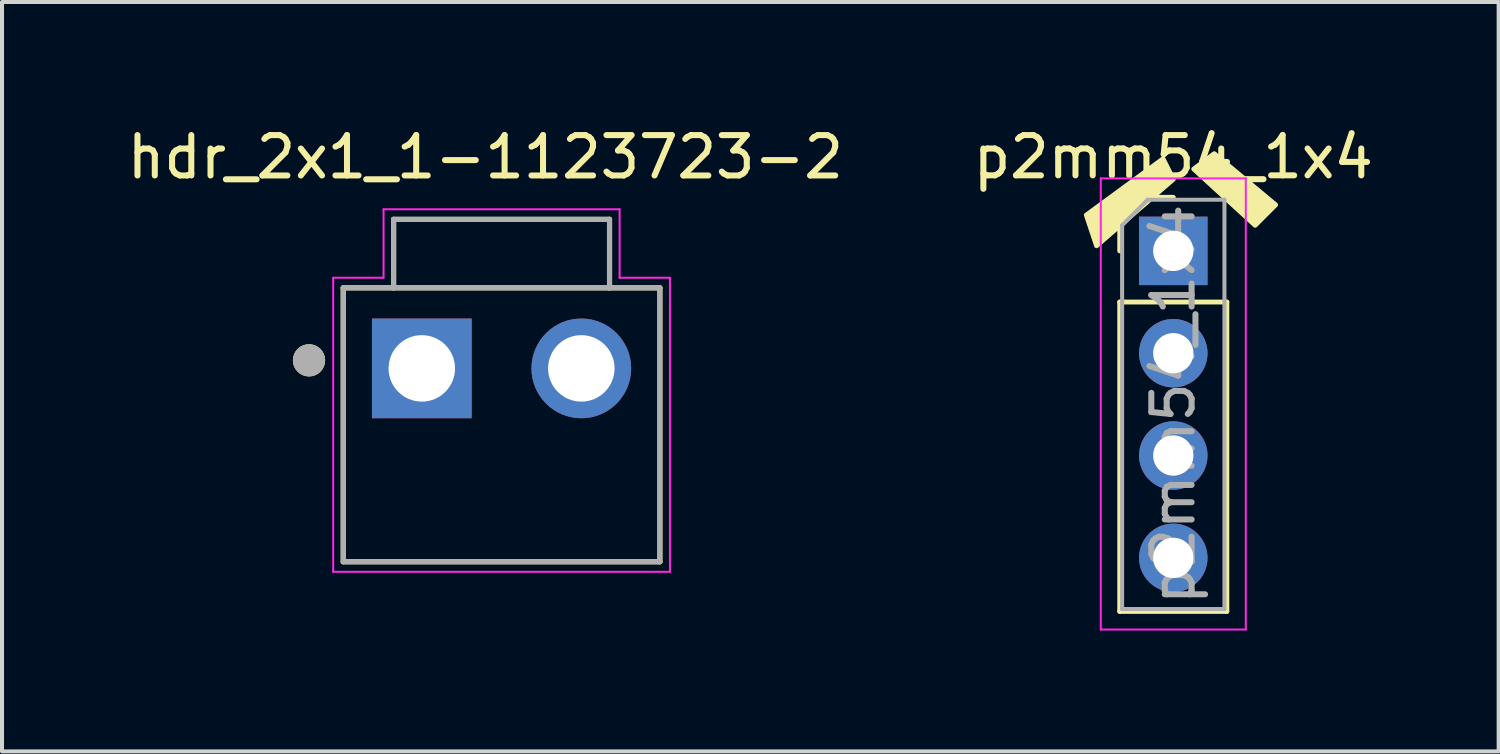
<source format=kicad_pcb>
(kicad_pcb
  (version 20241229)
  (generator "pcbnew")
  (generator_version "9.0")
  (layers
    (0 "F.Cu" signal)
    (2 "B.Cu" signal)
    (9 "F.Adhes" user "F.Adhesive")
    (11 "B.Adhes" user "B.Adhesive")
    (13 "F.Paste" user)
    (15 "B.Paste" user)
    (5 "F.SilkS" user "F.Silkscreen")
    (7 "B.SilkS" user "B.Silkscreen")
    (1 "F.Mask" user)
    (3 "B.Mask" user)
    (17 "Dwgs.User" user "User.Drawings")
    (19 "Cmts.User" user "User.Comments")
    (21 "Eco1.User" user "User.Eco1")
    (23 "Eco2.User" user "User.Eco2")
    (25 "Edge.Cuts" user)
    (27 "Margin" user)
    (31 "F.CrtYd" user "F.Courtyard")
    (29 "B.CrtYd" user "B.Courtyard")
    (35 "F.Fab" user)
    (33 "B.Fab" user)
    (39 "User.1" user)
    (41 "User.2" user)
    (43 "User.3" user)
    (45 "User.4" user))
  (footprint "hdr_2x1_1-1123723-2"
    (layer "F.Cu")
    (at 7.421 6.095)
    (property "Reference" "hdr_2x1_1-1123723-2" (at 1.578 -5.245 0) (layer "F.SilkS") (effects (font (size 1.002 1.002) (thickness 0.15))))
    (attr through_hole)
    (fp_line (start -1.95 -2) (end -0.7 -2) (stroke (width 0.127) (type solid)) (layer "F.SilkS"))
    (fp_line (start -1.95 4.8) (end -1.95 -2) (stroke (width 0.127) (type solid)) (layer "F.SilkS"))
    (fp_line (start -0.7 -3.7) (end 4.66 -3.7) (stroke (width 0.127) (type solid)) (layer "F.SilkS"))
    (fp_line (start -0.7 -2) (end -0.7 -3.7) (stroke (width 0.127) (type solid)) (layer "F.SilkS"))
    (fp_line (start -0.7 -2) (end 4.66 -2) (stroke (width 0.127) (type solid)) (layer "F.SilkS"))
    (fp_line (start 4.66 -3.7) (end 4.66 -2) (stroke (width 0.127) (type solid)) (layer "F.SilkS"))
    (fp_line (start 4.66 -2) (end 5.91 -2) (stroke (width 0.127) (type solid)) (layer "F.SilkS"))
    (fp_line (start 5.91 -2) (end 5.91 4.8) (stroke (width 0.127) (type solid)) (layer "F.SilkS"))
    (fp_line (start 5.91 4.8) (end -1.95 4.8) (stroke (width 0.127) (type solid)) (layer "F.SilkS"))
    (fp_circle (center -2.8 -0.2) (end -2.6 -0.2) (stroke (width 0.4) (type solid)) (fill no) (layer "F.SilkS"))
    (fp_line (start -2.2 -2.25) (end -0.95 -2.25) (stroke (width 0.05) (type solid)) (layer "F.CrtYd"))
    (fp_line (start -2.2 5.05) (end -2.2 -2.25) (stroke (width 0.05) (type solid)) (layer "F.CrtYd"))
    (fp_line (start -0.95 -3.95) (end 4.91 -3.95) (stroke (width 0.05) (type solid)) (layer "F.CrtYd"))
    (fp_line (start -0.95 -2.25) (end -0.95 -3.95) (stroke (width 0.05) (type solid)) (layer "F.CrtYd"))
    (fp_line (start 4.91 -3.95) (end 4.91 -2.25) (stroke (width 0.05) (type solid)) (layer "F.CrtYd"))
    (fp_line (start 4.91 -2.25) (end 6.16 -2.25) (stroke (width 0.05) (type solid)) (layer "F.CrtYd"))
    (fp_line (start 6.16 -2.25) (end 6.16 5.05) (stroke (width 0.05) (type solid)) (layer "F.CrtYd"))
    (fp_line (start 6.16 5.05) (end -2.2 5.05) (stroke (width 0.05) (type solid)) (layer "F.CrtYd"))
    (fp_line (start -1.95 -2) (end -0.7 -2) (stroke (width 0.127) (type solid)) (layer "F.Fab"))
    (fp_line (start -1.95 4.8) (end -1.95 -2) (stroke (width 0.127) (type solid)) (layer "F.Fab"))
    (fp_line (start -0.7 -3.7) (end 4.66 -3.7) (stroke (width 0.127) (type solid)) (layer "F.Fab"))
    (fp_line (start -0.7 -2) (end -0.7 -3.7) (stroke (width 0.127) (type solid)) (layer "F.Fab"))
    (fp_line (start -0.7 -2) (end 4.66 -2) (stroke (width 0.127) (type solid)) (layer "F.Fab"))
    (fp_line (start 4.66 -3.7) (end 4.66 -2) (stroke (width 0.127) (type solid)) (layer "F.Fab"))
    (fp_line (start 4.66 -2) (end 5.91 -2) (stroke (width 0.127) (type solid)) (layer "F.Fab"))
    (fp_line (start 5.91 -2) (end 5.91 4.8) (stroke (width 0.127) (type solid)) (layer "F.Fab"))
    (fp_line (start 5.91 4.8) (end -1.95 4.8) (stroke (width 0.127) (type solid)) (layer "F.Fab"))
    (fp_circle (center -2.8 -0.2) (end -2.6 -0.2) (stroke (width 0.4) (type solid)) (fill no) (layer "F.Fab"))
    (pad "1" thru_hole rect (at 0 0) (size 2.475 2.475) (drill 1.65) (layers "*.Cu" "*.Mask"))
    (pad "2" thru_hole circle (at 3.96 0) (size 2.475 2.475) (drill 1.65) (layers "*.Cu" "*.Mask")))
  (footprint "p2mm54_1x4"
    (layer "F.Cu")
    (at 26.076 3.178)
    (property "Reference" "p2mm54_1x4" (at 0 -2.33 0) (layer "F.SilkS") (effects (font (size 1 1) (thickness 0.15))))
    (attr through_hole)
    (fp_line (start -1.33 -1.33) (end 0 -1.33) (stroke (width 0.12) (type solid)) (layer "F.SilkS"))
    (fp_line (start -1.33 0) (end -1.33 -1.33) (stroke (width 0.12) (type solid)) (layer "F.SilkS"))
    (fp_line (start -1.33 1.27) (end -1.33 8.95) (stroke (width 0.12) (type solid)) (layer "F.SilkS"))
    (fp_line (start -1.33 1.27) (end 1.33 1.27) (stroke (width 0.12) (type solid)) (layer "F.SilkS"))
    (fp_line (start -1.33 8.95) (end 1.33 8.95) (stroke (width 0.12) (type solid)) (layer "F.SilkS"))
    (fp_line (start 1.33 1.27) (end 1.33 8.95) (stroke (width 0.12) (type solid)) (layer "F.SilkS"))
    (fp_poly (pts (xy 0 -1.778) (xy -1.905 -0.127) (xy -2.159 -0.889) (xy -0.254 -2.286)) (stroke (width 0.12) (type solid)) (fill yes) (layer "F.SilkS"))
    (fp_poly (pts (xy 2.54 -1.143) (xy 2.032 -0.635) (xy 0.508 -2.032) (xy 1.016 -2.413)) (stroke (width 0.12) (type solid)) (fill yes) (layer "F.SilkS"))
    (fp_line (start -1.8 -1.8) (end -1.8 9.4) (stroke (width 0.05) (type solid)) (layer "F.CrtYd"))
    (fp_line (start -1.8 9.4) (end 1.8 9.4) (stroke (width 0.05) (type solid)) (layer "F.CrtYd"))
    (fp_line (start 1.8 -1.8) (end -1.8 -1.8) (stroke (width 0.05) (type solid)) (layer "F.CrtYd"))
    (fp_line (start 1.8 9.4) (end 1.8 -1.8) (stroke (width 0.05) (type solid)) (layer "F.CrtYd"))
    (fp_line (start -1.27 -0.635) (end -0.635 -1.27) (stroke (width 0.1) (type solid)) (layer "F.Fab"))
    (fp_line (start -1.27 8.89) (end -1.27 -0.635) (stroke (width 0.1) (type solid)) (layer "F.Fab"))
    (fp_line (start -0.635 -1.27) (end 1.27 -1.27) (stroke (width 0.1) (type solid)) (layer "F.Fab"))
    (fp_line (start 1.27 -1.27) (end 1.27 8.89) (stroke (width 0.1) (type solid)) (layer "F.Fab"))
    (fp_line (start 1.27 8.89) (end -1.27 8.89) (stroke (width 0.1) (type solid)) (layer "F.Fab"))
    (fp_text user "${REFERENCE}" (at 0 3.81 90) (layer "F.Fab") (effects (font (size 1 1) (thickness 0.15))))
    (pad "1" thru_hole rect (at 0 0) (size 1.7 1.7) (drill 1) (layers "*.Cu" "*.Mask"))
    (pad "2" thru_hole oval (at 0 2.54) (size 1.7 1.7) (drill 1) (layers "*.Cu" "*.Mask"))
    (pad "3" thru_hole oval (at 0 5.08) (size 1.7 1.7) (drill 1) (layers "*.Cu" "*.Mask"))
    (pad "4" thru_hole oval (at 0 7.62) (size 1.7 1.7) (drill 1) (layers "*.Cu" "*.Mask")))
  (gr_rect
    (start -3 -3)
    (end 34.153 15.603)
    (stroke (width 0.1) (type default))
    (fill no)
    (layer "Edge.Cuts")))
</source>
